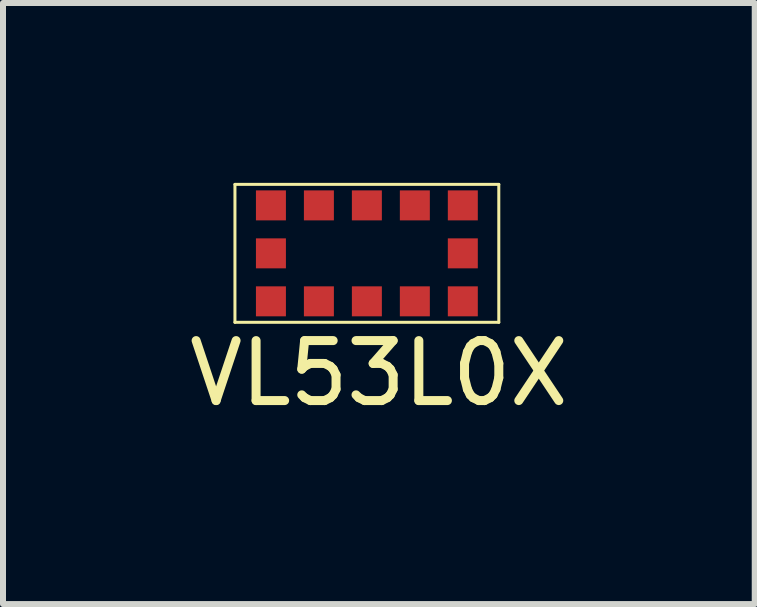
<source format=kicad_pcb>
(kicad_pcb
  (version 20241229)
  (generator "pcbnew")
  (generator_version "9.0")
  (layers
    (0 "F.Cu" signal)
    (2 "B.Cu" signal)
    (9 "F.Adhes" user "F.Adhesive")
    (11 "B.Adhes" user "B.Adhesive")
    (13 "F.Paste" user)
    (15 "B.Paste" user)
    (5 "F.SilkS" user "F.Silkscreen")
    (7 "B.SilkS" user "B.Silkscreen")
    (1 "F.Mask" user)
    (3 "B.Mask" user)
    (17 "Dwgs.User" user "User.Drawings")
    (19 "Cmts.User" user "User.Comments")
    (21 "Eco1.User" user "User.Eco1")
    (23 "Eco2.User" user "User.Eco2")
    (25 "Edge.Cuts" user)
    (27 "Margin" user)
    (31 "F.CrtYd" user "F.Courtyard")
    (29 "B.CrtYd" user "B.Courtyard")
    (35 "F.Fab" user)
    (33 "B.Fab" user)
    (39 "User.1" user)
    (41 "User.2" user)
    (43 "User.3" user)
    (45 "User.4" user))
  (footprint "VL53L0X"
    (layer "F.Cu")
    (at 1.218 2.225)
    (property "Reference" "VL53L0X" (at 2.05 0.95 0) (layer "F.SilkS") (effects (font (size 1 1) (thickness 0.15))))
    (attr through_hole)
    (fp_line (start -0.35 -2.2) (end 4.05 -2.2) (stroke (width 0.05) (type solid)) (layer "F.SilkS"))
    (fp_line (start -0.35 0.1) (end -0.35 -2.2) (stroke (width 0.05) (type solid)) (layer "F.SilkS"))
    (fp_line (start 4.05 -2.2) (end 4.05 0.1) (stroke (width 0.05) (type solid)) (layer "F.SilkS"))
    (fp_line (start 4.05 0.1) (end -0.35 0.1) (stroke (width 0.05) (type solid)) (layer "F.SilkS"))
    (pad "1" smd rect (at 0.25 -0.25) (size 0.5 0.5) (layers "F.Cu" "F.Mask" "F.Paste"))
    (pad "2" smd rect (at 1.05 -0.25) (size 0.5 0.5) (layers "F.Cu" "F.Mask" "F.Paste"))
    (pad "3" smd rect (at 1.85 -0.25) (size 0.5 0.5) (layers "F.Cu" "F.Mask" "F.Paste"))
    (pad "4" smd rect (at 2.65 -0.25) (size 0.5 0.5) (layers "F.Cu" "F.Mask" "F.Paste"))
    (pad "5" smd rect (at 3.45 -0.25) (size 0.5 0.5) (layers "F.Cu" "F.Mask" "F.Paste"))
    (pad "6" smd rect (at 3.45 -1.05) (size 0.5 0.5) (layers "F.Cu" "F.Mask" "F.Paste"))
    (pad "7" smd rect (at 3.45 -1.85) (size 0.5 0.5) (layers "F.Cu" "F.Mask" "F.Paste"))
    (pad "8" smd rect (at 2.65 -1.85) (size 0.5 0.5) (layers "F.Cu" "F.Mask" "F.Paste"))
    (pad "9" smd rect (at 1.85 -1.85) (size 0.5 0.5) (layers "F.Cu" "F.Mask" "F.Paste"))
    (pad "10" smd rect (at 1.05 -1.85) (size 0.5 0.5) (layers "F.Cu" "F.Mask" "F.Paste"))
    (pad "11" smd rect (at 0.25 -1.85) (size 0.5 0.5) (layers "F.Cu" "F.Mask" "F.Paste"))
    (pad "12" smd rect (at 0.25 -1.05) (size 0.5 0.5) (layers "F.Cu" "F.Mask" "F.Paste")))
  (gr_rect
    (start -3 -3)
    (end 9.536 7.023)
    (stroke (width 0.1) (type default))
    (fill no)
    (layer "Edge.Cuts")))
</source>
